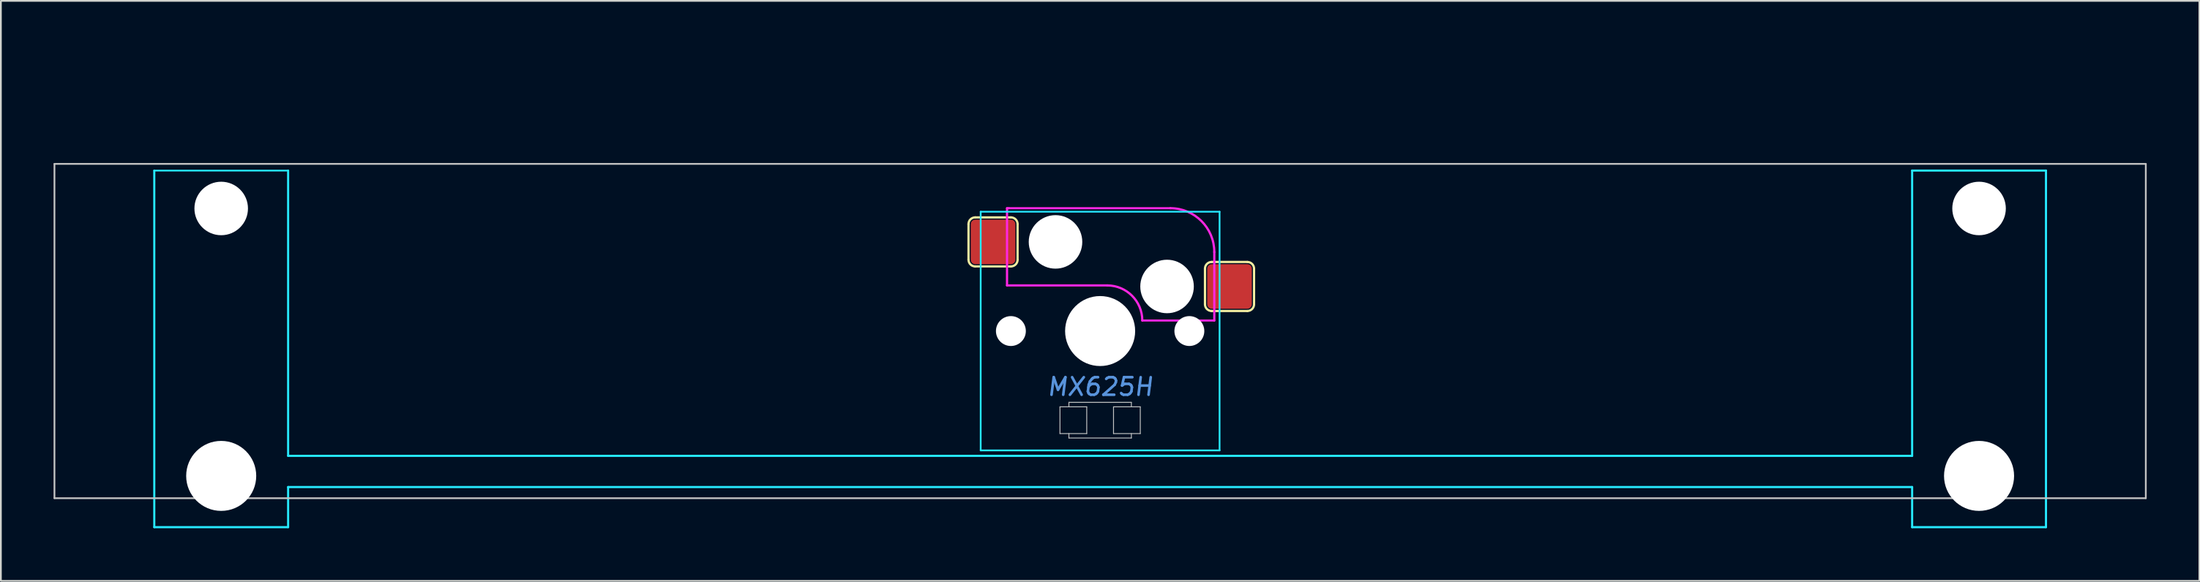
<source format=kicad_pcb>
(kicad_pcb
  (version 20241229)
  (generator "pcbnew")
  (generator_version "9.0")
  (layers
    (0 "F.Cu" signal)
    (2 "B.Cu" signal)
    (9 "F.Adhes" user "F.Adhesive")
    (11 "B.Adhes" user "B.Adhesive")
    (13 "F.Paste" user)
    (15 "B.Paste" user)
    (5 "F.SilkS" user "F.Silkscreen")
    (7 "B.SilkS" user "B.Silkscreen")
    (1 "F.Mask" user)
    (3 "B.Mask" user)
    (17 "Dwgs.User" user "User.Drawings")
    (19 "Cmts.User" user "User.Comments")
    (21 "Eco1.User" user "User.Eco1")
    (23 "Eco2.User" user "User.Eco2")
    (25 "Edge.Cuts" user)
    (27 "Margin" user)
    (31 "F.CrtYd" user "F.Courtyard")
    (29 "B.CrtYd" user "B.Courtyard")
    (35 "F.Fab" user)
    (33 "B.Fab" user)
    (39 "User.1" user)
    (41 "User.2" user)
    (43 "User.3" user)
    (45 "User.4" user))
  (footprint "MX625H"
    (layer "F.Cu")
    (at 59.581 15.815)
    (property "Reference" "MX625H" (at 0 3.175 0) (layer "Cmts.User") (effects (font (size 1 1) (thickness 0.15) (italic yes))))
    (attr smd)
    (fp_line (start -7.493 -6.096) (end -7.493 -4.064) (stroke (width 0.127) (type solid)) (layer "F.SilkS"))
    (fp_line (start -7.112 -3.683) (end -5.08 -3.683) (stroke (width 0.127) (type solid)) (layer "F.SilkS"))
    (fp_line (start -5.08 -6.477) (end -7.112 -6.477) (stroke (width 0.127) (type solid)) (layer "F.SilkS"))
    (fp_line (start -4.699 -4.064) (end -4.699 -6.096) (stroke (width 0.127) (type solid)) (layer "F.SilkS"))
    (fp_line (start 5.969 -3.556) (end 5.969 -1.524) (stroke (width 0.127) (type solid)) (layer "F.SilkS"))
    (fp_line (start 6.35 -1.143) (end 8.382 -1.143) (stroke (width 0.127) (type solid)) (layer "F.SilkS"))
    (fp_line (start 8.382 -3.937) (end 6.35 -3.937) (stroke (width 0.127) (type solid)) (layer "F.SilkS"))
    (fp_line (start 8.763 -1.524) (end 8.763 -3.556) (stroke (width 0.127) (type solid)) (layer "F.SilkS"))
    (fp_arc (start -7.493 -6.096) (mid -7.381408 -6.365408) (end -7.112 -6.477) (stroke (width 0.127) (type solid)) (layer "F.SilkS"))
    (fp_arc (start -7.112 -3.683) (mid -7.381408 -3.794592) (end -7.493 -4.064) (stroke (width 0.127) (type solid)) (layer "F.SilkS"))
    (fp_arc (start -5.08 -6.477) (mid -4.810592 -6.365408) (end -4.699 -6.096) (stroke (width 0.127) (type solid)) (layer "F.SilkS"))
    (fp_arc (start -4.699 -4.064) (mid -4.810592 -3.794592) (end -5.08 -3.683) (stroke (width 0.127) (type solid)) (layer "F.SilkS"))
    (fp_arc (start 5.969 -3.556) (mid 6.080592 -3.825408) (end 6.35 -3.937) (stroke (width 0.127) (type solid)) (layer "F.SilkS"))
    (fp_arc (start 6.35 -1.143) (mid 6.080592 -1.254592) (end 5.969 -1.524) (stroke (width 0.127) (type solid)) (layer "F.SilkS"))
    (fp_arc (start 8.382 -3.937) (mid 8.651408 -3.825408) (end 8.763 -3.556) (stroke (width 0.127) (type solid)) (layer "F.SilkS"))
    (fp_arc (start 8.763 -1.524) (mid 8.651408 -1.254592) (end 8.382 -1.143) (stroke (width 0.127) (type solid)) (layer "F.SilkS"))
    (fp_line (start -59.531 -9.525) (end -59.531 9.525) (stroke (width 0.1) (type solid)) (layer "Dwgs.User"))
    (fp_line (start -59.531 -9.525) (end 59.531 -9.525) (stroke (width 0.1) (type solid)) (layer "Dwgs.User"))
    (fp_line (start -59.531 9.525) (end 59.531 9.525) (stroke (width 0.1) (type solid)) (layer "Dwgs.User"))
    (fp_line (start -2.286 4.318) (end -0.762 4.318) (stroke (width 0.051) (type solid)) (layer "Dwgs.User"))
    (fp_line (start -2.286 5.842) (end -2.286 4.318) (stroke (width 0.051) (type solid)) (layer "Dwgs.User"))
    (fp_line (start -1.778 4.064) (end 1.778 4.064) (stroke (width 0.051) (type solid)) (layer "Dwgs.User"))
    (fp_line (start -1.778 4.318) (end -1.778 4.064) (stroke (width 0.051) (type solid)) (layer "Dwgs.User"))
    (fp_line (start -1.778 6.096) (end -1.778 5.842) (stroke (width 0.051) (type solid)) (layer "Dwgs.User"))
    (fp_line (start -0.762 4.318) (end -0.762 5.842) (stroke (width 0.051) (type solid)) (layer "Dwgs.User"))
    (fp_line (start -0.762 5.842) (end -2.286 5.842) (stroke (width 0.051) (type solid)) (layer "Dwgs.User"))
    (fp_line (start 0.762 4.318) (end 2.286 4.318) (stroke (width 0.051) (type solid)) (layer "Dwgs.User"))
    (fp_line (start 0.762 5.842) (end 0.762 4.318) (stroke (width 0.051) (type solid)) (layer "Dwgs.User"))
    (fp_line (start 1.778 4.064) (end 1.778 4.318) (stroke (width 0.051) (type solid)) (layer "Dwgs.User"))
    (fp_line (start 1.778 5.842) (end 1.778 6.096) (stroke (width 0.051) (type solid)) (layer "Dwgs.User"))
    (fp_line (start 1.778 6.096) (end -1.778 6.096) (stroke (width 0.051) (type solid)) (layer "Dwgs.User"))
    (fp_line (start 2.286 4.318) (end 2.286 5.842) (stroke (width 0.051) (type solid)) (layer "Dwgs.User"))
    (fp_line (start 2.286 5.842) (end 0.762 5.842) (stroke (width 0.051) (type solid)) (layer "Dwgs.User"))
    (fp_line (start 59.531 -9.525) (end 59.531 9.525) (stroke (width 0.1) (type solid)) (layer "Dwgs.User"))
    (fp_line (start -54.28 -3.302) (end -53.264 -3.302) (stroke (width 0.1) (type solid)) (layer "Eco1.User"))
    (fp_line (start -54.28 -0.508) (end -54.28 -3.302) (stroke (width 0.1) (type solid)) (layer "Eco1.User"))
    (fp_line (start -53.264 -3.302) (end -53.264 -5.69) (stroke (width 0.1) (type solid)) (layer "Eco1.User"))
    (fp_line (start -53.264 -0.508) (end -54.28 -0.508) (stroke (width 0.1) (type solid)) (layer "Eco1.User"))
    (fp_line (start -53.264 -5.69) (end -46.609 -5.69) (stroke (width 0.1) (type solid)) (layer "Eco1.User"))
    (fp_line (start -53.264 6.604) (end -53.264 -0.508) (stroke (width 0.1) (type solid)) (layer "Eco1.User"))
    (fp_line (start -51.46 6.604) (end -53.264 6.604) (stroke (width 0.1) (type solid)) (layer "Eco1.User"))
    (fp_line (start -51.46 7.772) (end -51.46 6.604) (stroke (width 0.1) (type solid)) (layer "Eco1.User"))
    (fp_line (start -48.412 6.604) (end -48.412 7.772) (stroke (width 0.1) (type solid)) (layer "Eco1.User"))
    (fp_line (start -48.412 7.772) (end -51.46 7.772) (stroke (width 0.1) (type solid)) (layer "Eco1.User"))
    (fp_line (start -46.609 -5.69) (end -46.609 -2.286) (stroke (width 0.1) (type solid)) (layer "Eco1.User"))
    (fp_line (start -46.609 -2.286) (end -6.985 -2.286) (stroke (width 0.1) (type solid)) (layer "Eco1.User"))
    (fp_line (start -46.609 2.286) (end -46.609 6.604) (stroke (width 0.1) (type solid)) (layer "Eco1.User"))
    (fp_line (start -46.609 6.604) (end -48.412 6.604) (stroke (width 0.1) (type solid)) (layer "Eco1.User"))
    (fp_line (start -7 -7) (end 7 -7) (stroke (width 0.1) (type solid)) (layer "Eco1.User"))
    (fp_line (start -7 7) (end -6.985 2.286) (stroke (width 0.1) (type solid)) (layer "Eco1.User"))
    (fp_line (start -6.985 -2.286) (end -7 -7) (stroke (width 0.1) (type solid)) (layer "Eco1.User"))
    (fp_line (start -6.985 2.286) (end -46.609 2.286) (stroke (width 0.1) (type solid)) (layer "Eco1.User"))
    (fp_line (start -0.000028 -0.941) (end 0.000028 0.941) (stroke (width 0.1) (type solid)) (layer "Eco1.User"))
    (fp_line (start 0 -15.765) (end 0 -15.765) (stroke (width 0.1) (type solid)) (layer "Eco1.User"))
    (fp_line (start 0 -15.765) (end 0 -15.765) (stroke (width 0.1) (type solid)) (layer "Eco1.User"))
    (fp_line (start 0 -15.765) (end 0 -15.765) (stroke (width 0.1) (type solid)) (layer "Eco1.User"))
    (fp_line (start 0.941 -0.000031) (end -0.941 0.000025) (stroke (width 0.1) (type solid)) (layer "Eco1.User"))
    (fp_line (start 6.985 -2.286) (end 46.609 -2.286) (stroke (width 0.1) (type solid)) (layer "Eco1.User"))
    (fp_line (start 6.985 6.985) (end -7 7) (stroke (width 0.1) (type solid)) (layer "Eco1.User"))
    (fp_line (start 6.985 2.286) (end 6.985 6.985) (stroke (width 0.1) (type solid)) (layer "Eco1.User"))
    (fp_line (start 7 -7) (end 6.985 -2.286) (stroke (width 0.1) (type solid)) (layer "Eco1.User"))
    (fp_line (start 46.609 -2.286) (end 46.609 -5.69) (stroke (width 0.1) (type solid)) (layer "Eco1.User"))
    (fp_line (start 46.609 6.604) (end 46.609 2.286) (stroke (width 0.1) (type solid)) (layer "Eco1.User"))
    (fp_line (start 46.609 -5.69) (end 53.264 -5.69) (stroke (width 0.1) (type solid)) (layer "Eco1.User"))
    (fp_line (start 46.609 2.286) (end 6.985 2.286) (stroke (width 0.1) (type solid)) (layer "Eco1.User"))
    (fp_line (start 48.412 6.604) (end 46.609 6.604) (stroke (width 0.1) (type solid)) (layer "Eco1.User"))
    (fp_line (start 48.412 7.772) (end 48.412 6.604) (stroke (width 0.1) (type solid)) (layer "Eco1.User"))
    (fp_line (start 51.46 6.604) (end 51.46 7.772) (stroke (width 0.1) (type solid)) (layer "Eco1.User"))
    (fp_line (start 51.46 7.772) (end 48.412 7.772) (stroke (width 0.1) (type solid)) (layer "Eco1.User"))
    (fp_line (start 53.264 -5.69) (end 53.264 -3.302) (stroke (width 0.1) (type solid)) (layer "Eco1.User"))
    (fp_line (start 53.264 6.604) (end 51.46 6.604) (stroke (width 0.1) (type solid)) (layer "Eco1.User"))
    (fp_line (start 53.264 -3.302) (end 54.28 -3.302) (stroke (width 0.1) (type solid)) (layer "Eco1.User"))
    (fp_line (start 53.264 -0.508) (end 53.264 6.604) (stroke (width 0.1) (type solid)) (layer "Eco1.User"))
    (fp_line (start 54.28 -3.302) (end 54.28 -0.508) (stroke (width 0.1) (type solid)) (layer "Eco1.User"))
    (fp_line (start 54.28 -0.508) (end 53.264 -0.508) (stroke (width 0.1) (type solid)) (layer "Eco1.User"))
    (fp_line (start -53.848 -9.144) (end -46.228 -9.144) (stroke (width 0.1) (type solid)) (layer "B.CrtYd"))
    (fp_line (start -53.848 11.176) (end -53.848 -9.144) (stroke (width 0.12) (type solid)) (layer "B.CrtYd"))
    (fp_line (start -53.848 11.176) (end -46.228 11.176) (stroke (width 0.12) (type solid)) (layer "B.CrtYd"))
    (fp_line (start -46.228 7.112) (end -46.228 -9.144) (stroke (width 0.12) (type solid)) (layer "B.CrtYd"))
    (fp_line (start -46.228 7.112) (end 46.228 7.112) (stroke (width 0.12) (type solid)) (layer "B.CrtYd"))
    (fp_line (start -46.228 8.89) (end 46.228 8.89) (stroke (width 0.12) (type solid)) (layer "B.CrtYd"))
    (fp_line (start -46.228 11.176) (end -46.228 8.89) (stroke (width 0.12) (type solid)) (layer "B.CrtYd"))
    (fp_line (start -6.8 -6.8) (end -6.8 6.8) (stroke (width 0.1) (type solid)) (layer "B.CrtYd"))
    (fp_line (start 6.8 -6.8) (end -6.8 -6.8) (stroke (width 0.1) (type solid)) (layer "B.CrtYd"))
    (fp_line (start 6.8 -6.8) (end 6.8 6.8) (stroke (width 0.1) (type solid)) (layer "B.CrtYd"))
    (fp_line (start 6.8 6.8) (end -6.8 6.8) (stroke (width 0.1) (type solid)) (layer "B.CrtYd"))
    (fp_line (start 46.228 7.112) (end 46.228 -9.144) (stroke (width 0.12) (type solid)) (layer "B.CrtYd"))
    (fp_line (start 46.228 11.176) (end 46.228 8.89) (stroke (width 0.12) (type solid)) (layer "B.CrtYd"))
    (fp_line (start 53.848 -9.144) (end 46.228 -9.144) (stroke (width 0.12) (type solid)) (layer "B.CrtYd"))
    (fp_line (start 53.848 11.176) (end 46.228 11.176) (stroke (width 0.12) (type solid)) (layer "B.CrtYd"))
    (fp_line (start 53.848 11.176) (end 53.848 -9.144) (stroke (width 0.12) (type solid)) (layer "B.CrtYd"))
    (fp_line (start -5.3 -7) (end -5.3 -2.6) (stroke (width 0.127) (type solid)) (layer "F.CrtYd"))
    (fp_line (start -5.2 -7) (end -5.3 -7) (stroke (width 0.12) (type solid)) (layer "F.CrtYd"))
    (fp_line (start 0.4 -2.6) (end -5.3 -2.6) (stroke (width 0.127) (type solid)) (layer "F.CrtYd"))
    (fp_line (start 4 -7) (end -5.2 -7) (stroke (width 0.12) (type solid)) (layer "F.CrtYd"))
    (fp_line (start 6.5 -4.5) (end 6.5 -0.6) (stroke (width 0.127) (type solid)) (layer "F.CrtYd"))
    (fp_line (start 6.5 -0.6) (end 2.4 -0.6) (stroke (width 0.12) (type solid)) (layer "F.CrtYd"))
    (fp_arc (start 0.4 -2.6) (mid 1.814214 -2.014214) (end 2.4 -0.6) (stroke (width 0.127) (type solid)) (layer "F.CrtYd"))
    (fp_arc (start 4 -7) (mid 5.767767 -6.267767) (end 6.5 -4.5) (stroke (width 0.127) (type solid)) (layer "F.CrtYd"))
    (pad "" np_thru_hole circle (at -50.038 -6.985) (size 3.048 3.048) (drill 3.048) (layers "*.Cu" "*.Mask"))
    (pad "" np_thru_hole circle (at -50.038 8.255) (size 3.988 3.988) (drill 3.988) (layers "*.Cu" "*.Mask"))
    (pad "" np_thru_hole circle (at -5.08 0) (size 1.702 1.702) (drill 1.702) (layers "*.Cu" "*.Mask"))
    (pad "" np_thru_hole circle (at -2.54 -5.08) (size 3.048 3.048) (drill 3.048) (layers "*.Cu" "*.Mask"))
    (pad "" np_thru_hole circle (at 0 0) (size 3.988 3.988) (drill 3.988) (layers "*.Cu" "*.Mask"))
    (pad "" np_thru_hole circle (at 3.81 -2.54) (size 3.048 3.048) (drill 3.048) (layers "*.Cu" "*.Mask"))
    (pad "" np_thru_hole circle (at 5.08 0) (size 1.702 1.702) (drill 1.702) (layers "*.Cu" "*.Mask"))
    (pad "" np_thru_hole circle (at 50.038 -6.985) (size 3.048 3.048) (drill 3.048) (layers "*.Cu" "*.Mask"))
    (pad "" np_thru_hole circle (at 50.038 8.255) (size 3.988 3.988) (drill 3.988) (layers "*.Cu" "*.Mask"))
    (pad "1" smd roundrect (at -6.096 -5.08) (size 2.54 2.54) (layers "F.Cu" "F.Mask") (roundrect_rratio 0.1))
    (pad "2" smd roundrect (at 7.366 -2.54) (size 2.54 2.54) (layers "F.Cu" "F.Mask") (roundrect_rratio 0.1)))
  (gr_rect
    (start -3 -3)
    (end 122.162 30.051)
    (stroke (width 0.1) (type default))
    (fill no)
    (layer "Edge.Cuts")))
</source>
